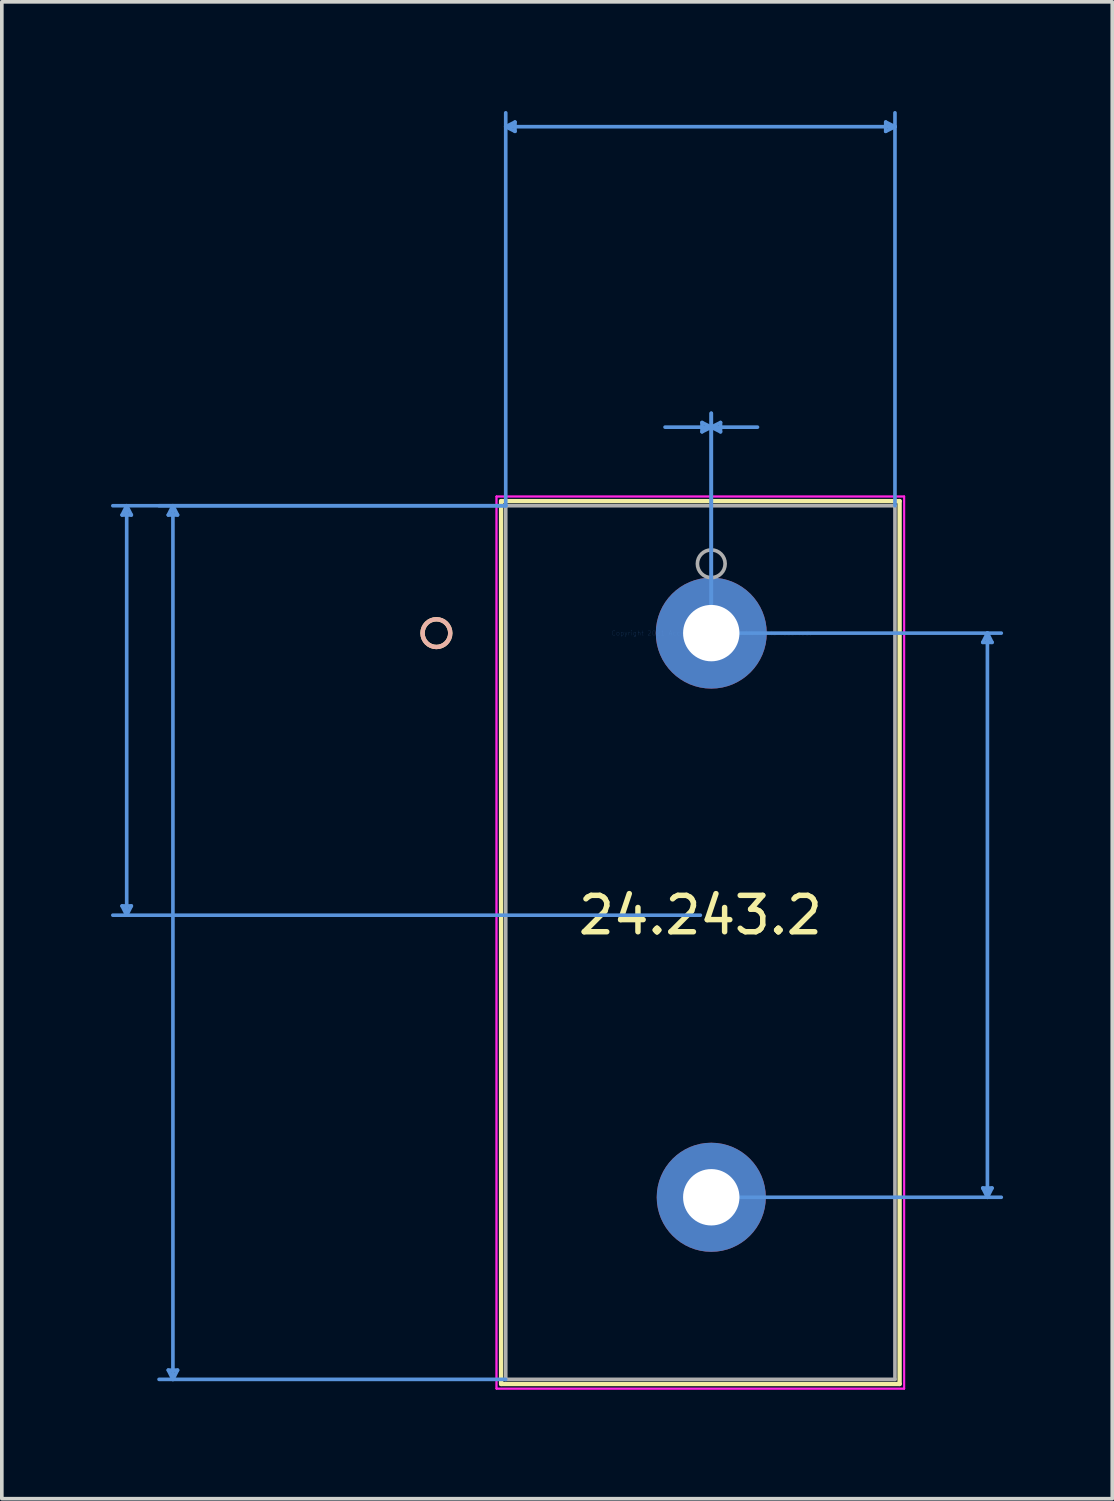
<source format=kicad_pcb>
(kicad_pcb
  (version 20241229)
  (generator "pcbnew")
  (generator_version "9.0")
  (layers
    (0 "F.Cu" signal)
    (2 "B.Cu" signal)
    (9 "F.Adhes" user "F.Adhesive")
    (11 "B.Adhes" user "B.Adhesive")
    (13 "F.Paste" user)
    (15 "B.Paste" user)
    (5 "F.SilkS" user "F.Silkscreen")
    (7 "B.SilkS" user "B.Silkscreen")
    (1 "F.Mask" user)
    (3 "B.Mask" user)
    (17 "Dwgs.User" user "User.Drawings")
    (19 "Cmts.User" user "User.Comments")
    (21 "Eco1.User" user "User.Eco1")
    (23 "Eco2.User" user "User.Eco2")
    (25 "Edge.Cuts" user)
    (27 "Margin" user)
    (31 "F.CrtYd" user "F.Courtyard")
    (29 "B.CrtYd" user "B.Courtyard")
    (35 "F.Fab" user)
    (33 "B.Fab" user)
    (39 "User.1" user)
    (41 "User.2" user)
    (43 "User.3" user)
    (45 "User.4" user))
  (footprint "24.243.2"
    (layer "F.Cu")
    (at 16.492 14.345)
    (property "Reference" "24.243.2" (at -0.3 7.75 0) (layer "F.SilkS") (effects (font (size 1 1) (thickness 0.15))))
    (attr through_hole)
    (fp_line (start -5.774 -3.627) (end -5.774 20.63) (stroke (width 0.12) (type solid)) (layer "F.SilkS"))
    (fp_line (start -5.774 20.63) (end 5.174 20.63) (stroke (width 0.12) (type solid)) (layer "F.SilkS"))
    (fp_line (start 5.174 -3.627) (end -5.774 -3.627) (stroke (width 0.12) (type solid)) (layer "F.SilkS"))
    (fp_line (start 5.174 20.63) (end 5.174 -3.627) (stroke (width 0.12) (type solid)) (layer "F.SilkS"))
    (fp_circle (center -7.552 0) (end -7.171 0) (stroke (width 0.12) (type solid)) (fill no) (layer "F.SilkS"))
    (fp_circle (center -7.552 0) (end -7.171 0) (stroke (width 0.12) (type solid)) (fill no) (layer "B.SilkS"))
    (fp_line (start -16.188 -3.246) (end -15.934 -3.246) (stroke (width 0.1) (type solid)) (layer "Cmts.User"))
    (fp_line (start -16.188 7.496) (end -15.934 7.496) (stroke (width 0.1) (type solid)) (layer "Cmts.User"))
    (fp_line (start -16.061 -3.5) (end -16.188 -3.246) (stroke (width 0.1) (type solid)) (layer "Cmts.User"))
    (fp_line (start -16.061 -3.5) (end -16.061 7.75) (stroke (width 0.1) (type solid)) (layer "Cmts.User"))
    (fp_line (start -16.061 -3.5) (end -15.934 -3.246) (stroke (width 0.1) (type solid)) (layer "Cmts.User"))
    (fp_line (start -16.061 7.75) (end -16.188 7.496) (stroke (width 0.1) (type solid)) (layer "Cmts.User"))
    (fp_line (start -16.061 7.75) (end -15.934 7.496) (stroke (width 0.1) (type solid)) (layer "Cmts.User"))
    (fp_line (start -14.918 -3.246) (end -14.664 -3.246) (stroke (width 0.1) (type solid)) (layer "Cmts.User"))
    (fp_line (start -14.918 20.249) (end -14.664 20.249) (stroke (width 0.1) (type solid)) (layer "Cmts.User"))
    (fp_line (start -14.791 -3.5) (end -14.918 -3.246) (stroke (width 0.1) (type solid)) (layer "Cmts.User"))
    (fp_line (start -14.791 -3.5) (end -14.791 20.503) (stroke (width 0.1) (type solid)) (layer "Cmts.User"))
    (fp_line (start -14.791 -3.5) (end -14.664 -3.246) (stroke (width 0.1) (type solid)) (layer "Cmts.User"))
    (fp_line (start -14.791 20.503) (end -14.918 20.249) (stroke (width 0.1) (type solid)) (layer "Cmts.User"))
    (fp_line (start -14.791 20.503) (end -14.664 20.249) (stroke (width 0.1) (type solid)) (layer "Cmts.User"))
    (fp_line (start -5.647 -13.914) (end -5.393 -14.041) (stroke (width 0.1) (type solid)) (layer "Cmts.User"))
    (fp_line (start -5.647 -13.914) (end -5.393 -13.787) (stroke (width 0.1) (type solid)) (layer "Cmts.User"))
    (fp_line (start -5.647 -13.914) (end 5.047 -13.914) (stroke (width 0.1) (type solid)) (layer "Cmts.User"))
    (fp_line (start -5.647 -3.5) (end -16.442 -3.5) (stroke (width 0.1) (type solid)) (layer "Cmts.User"))
    (fp_line (start -5.647 -3.5) (end -15.172 -3.5) (stroke (width 0.1) (type solid)) (layer "Cmts.User"))
    (fp_line (start -5.647 -3.5) (end -5.647 -14.295) (stroke (width 0.1) (type solid)) (layer "Cmts.User"))
    (fp_line (start -5.647 20.503) (end -15.172 20.503) (stroke (width 0.1) (type solid)) (layer "Cmts.User"))
    (fp_line (start -5.393 -14.041) (end -5.393 -13.787) (stroke (width 0.1) (type solid)) (layer "Cmts.User"))
    (fp_line (start -0.3 7.75) (end -16.442 7.75) (stroke (width 0.1) (type solid)) (layer "Cmts.User"))
    (fp_line (start -0.254 -5.786) (end -0.254 -5.532) (stroke (width 0.1) (type solid)) (layer "Cmts.User"))
    (fp_line (start 0 -5.659) (end -1.27 -5.659) (stroke (width 0.1) (type solid)) (layer "Cmts.User"))
    (fp_line (start 0 -5.659) (end -0.254 -5.786) (stroke (width 0.1) (type solid)) (layer "Cmts.User"))
    (fp_line (start 0 -5.659) (end -0.254 -5.532) (stroke (width 0.1) (type solid)) (layer "Cmts.User"))
    (fp_line (start 0 -5.659) (end 0.254 -5.786) (stroke (width 0.1) (type solid)) (layer "Cmts.User"))
    (fp_line (start 0 -5.659) (end 0.254 -5.532) (stroke (width 0.1) (type solid)) (layer "Cmts.User"))
    (fp_line (start 0 -5.659) (end 1.27 -5.659) (stroke (width 0.1) (type solid)) (layer "Cmts.User"))
    (fp_line (start 0 0) (end 0 -6.04) (stroke (width 0.1) (type solid)) (layer "Cmts.User"))
    (fp_line (start 0 0) (end 0 -6.04) (stroke (width 0.1) (type solid)) (layer "Cmts.User"))
    (fp_line (start 0 0) (end 7.968 0) (stroke (width 0.1) (type solid)) (layer "Cmts.User"))
    (fp_line (start 0 15.5) (end 7.968 15.5) (stroke (width 0.1) (type solid)) (layer "Cmts.User"))
    (fp_line (start 0.254 -5.786) (end 0.254 -5.532) (stroke (width 0.1) (type solid)) (layer "Cmts.User"))
    (fp_line (start 4.793 -14.041) (end 4.793 -13.787) (stroke (width 0.1) (type solid)) (layer "Cmts.User"))
    (fp_line (start 5.047 -13.914) (end 4.793 -14.041) (stroke (width 0.1) (type solid)) (layer "Cmts.User"))
    (fp_line (start 5.047 -13.914) (end 4.793 -13.787) (stroke (width 0.1) (type solid)) (layer "Cmts.User"))
    (fp_line (start 5.047 -3.5) (end 5.047 -14.295) (stroke (width 0.1) (type solid)) (layer "Cmts.User"))
    (fp_line (start 7.46 0.254) (end 7.714 0.254) (stroke (width 0.1) (type solid)) (layer "Cmts.User"))
    (fp_line (start 7.46 15.246) (end 7.714 15.246) (stroke (width 0.1) (type solid)) (layer "Cmts.User"))
    (fp_line (start 7.587 0) (end 7.46 0.254) (stroke (width 0.1) (type solid)) (layer "Cmts.User"))
    (fp_line (start 7.587 0) (end 7.587 15.5) (stroke (width 0.1) (type solid)) (layer "Cmts.User"))
    (fp_line (start 7.587 0) (end 7.714 0.254) (stroke (width 0.1) (type solid)) (layer "Cmts.User"))
    (fp_line (start 7.587 15.5) (end 7.46 15.246) (stroke (width 0.1) (type solid)) (layer "Cmts.User"))
    (fp_line (start 7.587 15.5) (end 7.714 15.246) (stroke (width 0.1) (type solid)) (layer "Cmts.User"))
    (fp_line (start -5.901 -3.754) (end -5.901 20.757) (stroke (width 0.05) (type solid)) (layer "F.CrtYd"))
    (fp_line (start -5.901 -3.754) (end -5.901 20.757) (stroke (width 0.05) (type solid)) (layer "F.CrtYd"))
    (fp_line (start -5.901 20.757) (end 5.301 20.757) (stroke (width 0.05) (type solid)) (layer "F.CrtYd"))
    (fp_line (start -5.901 20.757) (end 5.301 20.757) (stroke (width 0.05) (type solid)) (layer "F.CrtYd"))
    (fp_line (start 5.301 -3.754) (end -5.901 -3.754) (stroke (width 0.05) (type solid)) (layer "F.CrtYd"))
    (fp_line (start 5.301 -3.754) (end -5.901 -3.754) (stroke (width 0.05) (type solid)) (layer "F.CrtYd"))
    (fp_line (start 5.301 20.757) (end 5.301 -3.754) (stroke (width 0.05) (type solid)) (layer "F.CrtYd"))
    (fp_line (start 5.301 20.757) (end 5.301 -3.754) (stroke (width 0.05) (type solid)) (layer "F.CrtYd"))
    (fp_line (start -5.647 -3.5) (end -5.647 20.503) (stroke (width 0.1) (type solid)) (layer "F.Fab"))
    (fp_line (start -5.647 20.503) (end 5.047 20.503) (stroke (width 0.1) (type solid)) (layer "F.Fab"))
    (fp_line (start 5.047 -3.5) (end -5.647 -3.5) (stroke (width 0.1) (type solid)) (layer "F.Fab"))
    (fp_line (start 5.047 20.503) (end 5.047 -3.5) (stroke (width 0.1) (type solid)) (layer "F.Fab"))
    (fp_circle (center 0 -1.905) (end 0.381 -1.905) (stroke (width 0.1) (type solid)) (fill no) (layer "F.Fab"))
    (fp_text user "*" (at 0 0 0) (layer "F.SilkS") (effects (font (size 1 1) (thickness 0.15))))
    (fp_text user "Copyright 2021 Accelerated Designs. All rights reserved." (at 0 0 0) (layer "Cmts.User") (effects (font (size 0.127 0.127) (thickness 0.002))))
    (fp_text user "*" (at 0 0 0) (layer "F.Fab") (effects (font (size 1 1) (thickness 0.15))))
    (pad "1" thru_hole circle (at -0.000001 0) (size 3.048 3.048) (drill 1.549) (layers "*.Cu" "*.Mask"))
    (pad "2" thru_hole circle (at -0.000001 15.5) (size 2.997 2.997) (drill 1.549) (layers "*.Cu" "*.Mask")))
  (gr_rect
    (start -3 -3)
    (end 27.509 38.127)
    (stroke (width 0.1) (type default))
    (fill no)
    (layer "Edge.Cuts")))
</source>
